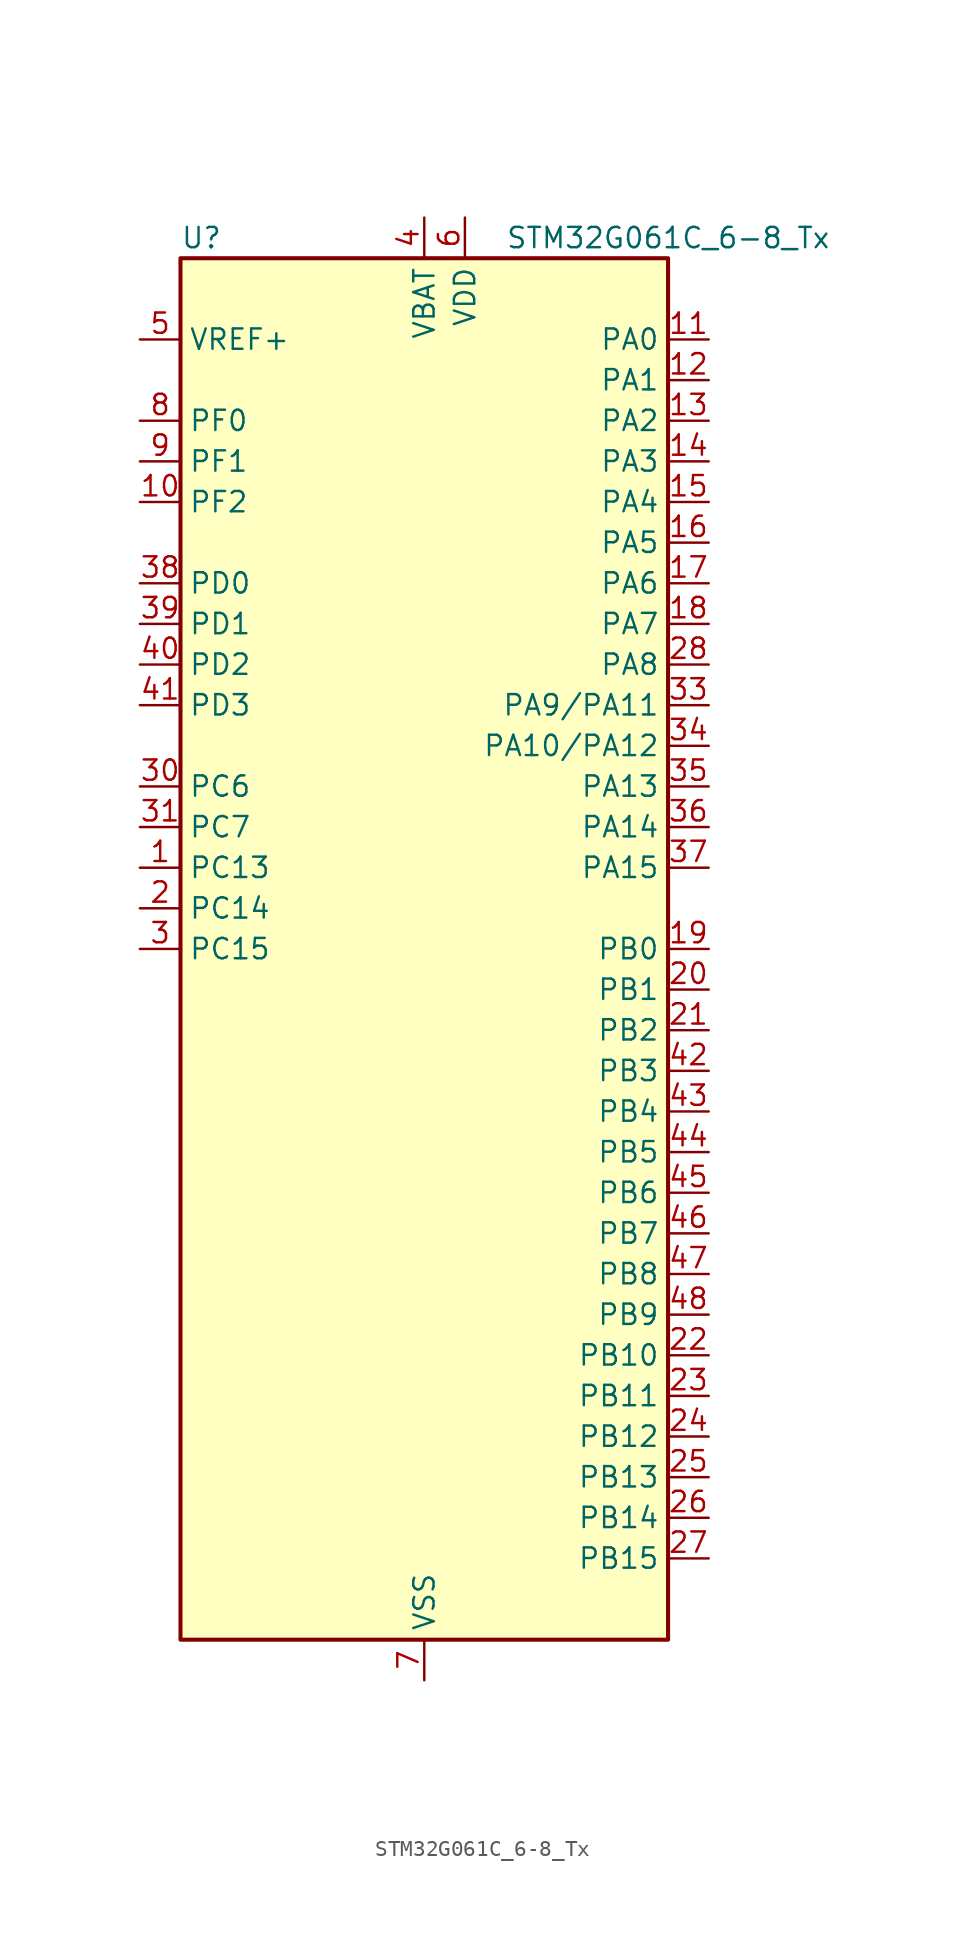
<source format=kicad_sym>
(kicad_symbol_lib
  (version 20231120)
  (generator "kicad-library-utils")
  (generator_version "8.0")
  (symbol "STM32G061C_6-8_Tx"
    (property "Reference" "U"
      (at -15.24 44.45 0)
      (effects (font (size 1.27 1.27)) (justify left)))
    (property "Value" "STM32G061C_6-8_Tx"
      (at 5.08 44.45 0)
      (effects (font (size 1.27 1.27)) (justify left)))
    (symbol "STM32G061C_6-8_Tx_0_1"
      (rectangle (start -15.24 -43.18) (end 15.24 43.18) (stroke (width 0.254) (type default)) (fill (type background))))
    (symbol "STM32G061C_6-8_Tx_1_1"
      (pin bidirectional line (at -17.78 5.08 0) (length 2.54) (name "PC13" (effects (font (size 1.27 1.27)))) (number "1" (effects (font (size 1.27 1.27)))) (alternate "RTC_OUT1" bidirectional line) (alternate "RTC_TAMP_IN1" bidirectional line) (alternate "RTC_TS" bidirectional line) (alternate "SYS_WKUP2" bidirectional line) (alternate "TIM1_BK" bidirectional line))
      (pin bidirectional line (at -17.78 27.94 0) (length 2.54) (name "PF2" (effects (font (size 1.27 1.27)))) (number "10" (effects (font (size 1.27 1.27)))) (alternate "RCC_MCO" bidirectional line))
      (pin bidirectional line (at 17.78 38.1 180) (length 2.54) (name "PA0" (effects (font (size 1.27 1.27)))) (number "11" (effects (font (size 1.27 1.27)))) (alternate "ADC1_IN0" bidirectional line) (alternate "COMP1_INM" bidirectional line) (alternate "COMP1_OUT" bidirectional line) (alternate "LPTIM1_OUT" bidirectional line) (alternate "RTC_TAMP_IN2" bidirectional line) (alternate "SPI2_SCK" bidirectional line) (alternate "SYS_WKUP1" bidirectional line) (alternate "TIM2_CH1" bidirectional line) (alternate "TIM2_ETR" bidirectional line) (alternate "USART2_CTS" bidirectional line) (alternate "USART2_NSS" bidirectional line))
      (pin bidirectional line (at 17.78 35.56 180) (length 2.54) (name "PA1" (effects (font (size 1.27 1.27)))) (number "12" (effects (font (size 1.27 1.27)))) (alternate "ADC1_IN1" bidirectional line) (alternate "COMP1_INP" bidirectional line) (alternate "I2C1_SMBA" bidirectional line) (alternate "I2S1_CK" bidirectional line) (alternate "SPI1_SCK" bidirectional line) (alternate "TIM15_CH1N" bidirectional line) (alternate "TIM2_CH2" bidirectional line) (alternate "USART2_CK" bidirectional line) (alternate "USART2_DE" bidirectional line) (alternate "USART2_RTS" bidirectional line))
      (pin bidirectional line (at 17.78 33.02 180) (length 2.54) (name "PA2" (effects (font (size 1.27 1.27)))) (number "13" (effects (font (size 1.27 1.27)))) (alternate "ADC1_IN2" bidirectional line) (alternate "COMP2_INM" bidirectional line) (alternate "COMP2_OUT" bidirectional line) (alternate "I2S1_SD" bidirectional line) (alternate "LPUART1_TX" bidirectional line) (alternate "RCC_LSCO" bidirectional line) (alternate "SPI1_MOSI" bidirectional line) (alternate "SYS_WKUP4" bidirectional line) (alternate "TIM15_CH1" bidirectional line) (alternate "TIM2_CH3" bidirectional line) (alternate "USART2_TX" bidirectional line))
      (pin bidirectional line (at 17.78 30.48 180) (length 2.54) (name "PA3" (effects (font (size 1.27 1.27)))) (number "14" (effects (font (size 1.27 1.27)))) (alternate "ADC1_IN3" bidirectional line) (alternate "COMP2_INP" bidirectional line) (alternate "LPUART1_RX" bidirectional line) (alternate "SPI2_MISO" bidirectional line) (alternate "TIM15_CH2" bidirectional line) (alternate "TIM2_CH4" bidirectional line) (alternate "USART2_RX" bidirectional line))
      (pin bidirectional line (at 17.78 27.94 180) (length 2.54) (name "PA4" (effects (font (size 1.27 1.27)))) (number "15" (effects (font (size 1.27 1.27)))) (alternate "ADC1_IN4" bidirectional line) (alternate "DAC1_OUT1" bidirectional line) (alternate "I2S1_WS" bidirectional line) (alternate "LPTIM2_OUT" bidirectional line) (alternate "RTC_OUT2" bidirectional line) (alternate "SPI1_NSS" bidirectional line) (alternate "SPI2_MOSI" bidirectional line) (alternate "TIM14_CH1" bidirectional line))
      (pin bidirectional line (at 17.78 25.4 180) (length 2.54) (name "PA5" (effects (font (size 1.27 1.27)))) (number "16" (effects (font (size 1.27 1.27)))) (alternate "ADC1_IN5" bidirectional line) (alternate "DAC1_OUT2" bidirectional line) (alternate "I2S1_CK" bidirectional line) (alternate "LPTIM2_ETR" bidirectional line) (alternate "SPI1_SCK" bidirectional line) (alternate "TIM2_CH1" bidirectional line) (alternate "TIM2_ETR" bidirectional line))
      (pin bidirectional line (at 17.78 22.86 180) (length 2.54) (name "PA6" (effects (font (size 1.27 1.27)))) (number "17" (effects (font (size 1.27 1.27)))) (alternate "ADC1_IN6" bidirectional line) (alternate "COMP1_OUT" bidirectional line) (alternate "I2S1_MCK" bidirectional line) (alternate "LPUART1_CTS" bidirectional line) (alternate "SPI1_MISO" bidirectional line) (alternate "TIM16_CH1" bidirectional line) (alternate "TIM1_BK" bidirectional line) (alternate "TIM3_CH1" bidirectional line))
      (pin bidirectional line (at 17.78 20.32 180) (length 2.54) (name "PA7" (effects (font (size 1.27 1.27)))) (number "18" (effects (font (size 1.27 1.27)))) (alternate "ADC1_IN7" bidirectional line) (alternate "COMP2_OUT" bidirectional line) (alternate "I2S1_SD" bidirectional line) (alternate "SPI1_MOSI" bidirectional line) (alternate "TIM14_CH1" bidirectional line) (alternate "TIM17_CH1" bidirectional line) (alternate "TIM1_CH1N" bidirectional line) (alternate "TIM3_CH2" bidirectional line))
      (pin bidirectional line (at 17.78 0 180) (length 2.54) (name "PB0" (effects (font (size 1.27 1.27)))) (number "19" (effects (font (size 1.27 1.27)))) (alternate "ADC1_IN8" bidirectional line) (alternate "COMP1_OUT" bidirectional line) (alternate "I2S1_WS" bidirectional line) (alternate "LPTIM1_OUT" bidirectional line) (alternate "SPI1_NSS" bidirectional line) (alternate "TIM1_CH2N" bidirectional line) (alternate "TIM3_CH3" bidirectional line))
      (pin bidirectional line (at -17.78 2.54 0) (length 2.54) (name "PC14" (effects (font (size 1.27 1.27)))) (number "2" (effects (font (size 1.27 1.27)))) (alternate "RCC_OSC32_IN" bidirectional line) (alternate "TIM1_BK2" bidirectional line))
      (pin bidirectional line (at 17.78 -2.54 180) (length 2.54) (name "PB1" (effects (font (size 1.27 1.27)))) (number "20" (effects (font (size 1.27 1.27)))) (alternate "ADC1_IN9" bidirectional line) (alternate "COMP1_INM" bidirectional line) (alternate "LPTIM2_IN1" bidirectional line) (alternate "LPUART1_DE" bidirectional line) (alternate "LPUART1_RTS" bidirectional line) (alternate "TIM14_CH1" bidirectional line) (alternate "TIM1_CH3N" bidirectional line) (alternate "TIM3_CH4" bidirectional line))
      (pin bidirectional line (at 17.78 -5.08 180) (length 2.54) (name "PB2" (effects (font (size 1.27 1.27)))) (number "21" (effects (font (size 1.27 1.27)))) (alternate "ADC1_IN10" bidirectional line) (alternate "COMP1_INP" bidirectional line) (alternate "LPTIM1_OUT" bidirectional line) (alternate "SPI2_MISO" bidirectional line))
      (pin bidirectional line (at 17.78 -25.4 180) (length 2.54) (name "PB10" (effects (font (size 1.27 1.27)))) (number "22" (effects (font (size 1.27 1.27)))) (alternate "ADC1_IN11" bidirectional line) (alternate "COMP1_OUT" bidirectional line) (alternate "I2C2_SCL" bidirectional line) (alternate "LPUART1_RX" bidirectional line) (alternate "SPI2_SCK" bidirectional line) (alternate "TIM2_CH3" bidirectional line))
      (pin bidirectional line (at 17.78 -27.94 180) (length 2.54) (name "PB11" (effects (font (size 1.27 1.27)))) (number "23" (effects (font (size 1.27 1.27)))) (alternate "ADC1_EXTI11" bidirectional line) (alternate "ADC1_IN15" bidirectional line) (alternate "COMP2_OUT" bidirectional line) (alternate "I2C2_SDA" bidirectional line) (alternate "LPUART1_TX" bidirectional line) (alternate "SPI2_MOSI" bidirectional line) (alternate "TIM2_CH4" bidirectional line))
      (pin bidirectional line (at 17.78 -30.48 180) (length 2.54) (name "PB12" (effects (font (size 1.27 1.27)))) (number "24" (effects (font (size 1.27 1.27)))) (alternate "ADC1_IN16" bidirectional line) (alternate "LPUART1_DE" bidirectional line) (alternate "LPUART1_RTS" bidirectional line) (alternate "SPI2_NSS" bidirectional line) (alternate "TIM15_BK" bidirectional line) (alternate "TIM1_BK" bidirectional line))
      (pin bidirectional line (at 17.78 -33.02 180) (length 2.54) (name "PB13" (effects (font (size 1.27 1.27)))) (number "25" (effects (font (size 1.27 1.27)))) (alternate "I2C2_SCL" bidirectional line) (alternate "LPUART1_CTS" bidirectional line) (alternate "SPI2_SCK" bidirectional line) (alternate "TIM15_CH1N" bidirectional line) (alternate "TIM1_CH1N" bidirectional line))
      (pin bidirectional line (at 17.78 -35.56 180) (length 2.54) (name "PB14" (effects (font (size 1.27 1.27)))) (number "26" (effects (font (size 1.27 1.27)))) (alternate "I2C2_SDA" bidirectional line) (alternate "SPI2_MISO" bidirectional line) (alternate "TIM15_CH1" bidirectional line) (alternate "TIM1_CH2N" bidirectional line))
      (pin bidirectional line (at 17.78 -38.1 180) (length 2.54) (name "PB15" (effects (font (size 1.27 1.27)))) (number "27" (effects (font (size 1.27 1.27)))) (alternate "RTC_REFIN" bidirectional line) (alternate "SPI2_MOSI" bidirectional line) (alternate "TIM15_CH1N" bidirectional line) (alternate "TIM15_CH2" bidirectional line) (alternate "TIM1_CH3N" bidirectional line))
      (pin bidirectional line (at 17.78 17.78 180) (length 2.54) (name "PA8" (effects (font (size 1.27 1.27)))) (number "28" (effects (font (size 1.27 1.27)))) (alternate "LPTIM2_OUT" bidirectional line) (alternate "RCC_MCO" bidirectional line) (alternate "SPI2_NSS" bidirectional line) (alternate "TIM1_CH1" bidirectional line))
      (pin no_connect line (at -15.24 -43.18 0) (length 2.54) hide (name "NC/PA9" (effects (font (size 1.27 1.27)))) (number "29" (effects (font (size 1.27 1.27)))) (alternate "NC" bidirectional line) (alternate "PA9" bidirectional line) (alternate "DAC1_EXTI9 (PA9)" bidirectional line) (alternate "I2C1_SCL (PA9)" bidirectional line) (alternate "RCC_MCO (PA9)" bidirectional line) (alternate "SPI2_MISO (PA9)" bidirectional line) (alternate "TIM15_BK (PA9)" bidirectional line) (alternate "TIM1_CH2 (PA9)" bidirectional line) (alternate "USART1_TX (PA9)" bidirectional line))
      (pin bidirectional line (at -17.78 0 0) (length 2.54) (name "PC15" (effects (font (size 1.27 1.27)))) (number "3" (effects (font (size 1.27 1.27)))) (alternate "RCC_OSC32_EN" bidirectional line) (alternate "RCC_OSC32_OUT" bidirectional line) (alternate "RCC_OSC_EN" bidirectional line) (alternate "TIM15_BK" bidirectional line))
      (pin bidirectional line (at -17.78 10.16 0) (length 2.54) (name "PC6" (effects (font (size 1.27 1.27)))) (number "30" (effects (font (size 1.27 1.27)))) (alternate "TIM2_CH3" bidirectional line) (alternate "TIM3_CH1" bidirectional line))
      (pin bidirectional line (at -17.78 7.62 0) (length 2.54) (name "PC7" (effects (font (size 1.27 1.27)))) (number "31" (effects (font (size 1.27 1.27)))) (alternate "TIM2_CH4" bidirectional line) (alternate "TIM3_CH2" bidirectional line))
      (pin no_connect line (at -15.24 -40.64 0) (length 2.54) hide (name "NC/PA10" (effects (font (size 1.27 1.27)))) (number "32" (effects (font (size 1.27 1.27)))) (alternate "NC" bidirectional line) (alternate "PA10" bidirectional line) (alternate "I2C1_SDA (PA10)" bidirectional line) (alternate "SPI2_MOSI (PA10)" bidirectional line) (alternate "TIM17_BK (PA10)" bidirectional line) (alternate "TIM1_CH3 (PA10)" bidirectional line) (alternate "USART1_RX (PA10)" bidirectional line))
      (pin bidirectional line (at 17.78 15.24 180) (length 2.54) (name "PA9/PA11" (effects (font (size 1.27 1.27)))) (number "33" (effects (font (size 1.27 1.27)))) (alternate "PA9" bidirectional line) (alternate "DAC1_EXTI9 (PA9)" bidirectional line) (alternate "I2C1_SCL (PA9)" bidirectional line) (alternate "RCC_MCO (PA9)" bidirectional line) (alternate "SPI2_MISO (PA9)" bidirectional line) (alternate "TIM15_BK (PA9)" bidirectional line) (alternate "TIM1_CH2 (PA9)" bidirectional line) (alternate "USART1_TX (PA9)" bidirectional line) (alternate "PA11" bidirectional line) (alternate "ADC1_EXTI11 (PA11)" bidirectional line) (alternate "COMP1_OUT (PA11)" bidirectional line) (alternate "I2C2_SCL (PA11)" bidirectional line) (alternate "I2S1_MCK (PA11)" bidirectional line) (alternate "SPI1_MISO (PA11)" bidirectional line) (alternate "TIM1_BK2 (PA11)" bidirectional line) (alternate "TIM1_CH4 (PA11)" bidirectional line) (alternate "USART1_CTS (PA11)" bidirectional line) (alternate "USART1_NSS (PA11)" bidirectional line))
      (pin bidirectional line (at 17.78 12.7 180) (length 2.54) (name "PA10/PA12" (effects (font (size 1.27 1.27)))) (number "34" (effects (font (size 1.27 1.27)))) (alternate "PA10" bidirectional line) (alternate "I2C1_SDA (PA10)" bidirectional line) (alternate "SPI2_MOSI (PA10)" bidirectional line) (alternate "TIM17_BK (PA10)" bidirectional line) (alternate "TIM1_CH3 (PA10)" bidirectional line) (alternate "USART1_RX (PA10)" bidirectional line) (alternate "PA12" bidirectional line) (alternate "COMP2_OUT (PA12)" bidirectional line) (alternate "I2C2_SDA (PA12)" bidirectional line) (alternate "I2S1_SD (PA12)" bidirectional line) (alternate "I2S_CKIN (PA12)" bidirectional line) (alternate "SPI1_MOSI (PA12)" bidirectional line) (alternate "TIM1_ETR (PA12)" bidirectional line) (alternate "USART1_CK (PA12)" bidirectional line) (alternate "USART1_DE (PA12)" bidirectional line) (alternate "USART1_RTS (PA12)" bidirectional line))
      (pin bidirectional line (at 17.78 10.16 180) (length 2.54) (name "PA13" (effects (font (size 1.27 1.27)))) (number "35" (effects (font (size 1.27 1.27)))) (alternate "ADC1_IN17" bidirectional line) (alternate "IR_OUT" bidirectional line) (alternate "SYS_SWDIO" bidirectional line))
      (pin bidirectional line (at 17.78 7.62 180) (length 2.54) (name "PA14" (effects (font (size 1.27 1.27)))) (number "36" (effects (font (size 1.27 1.27)))) (alternate "ADC1_IN18" bidirectional line) (alternate "SYS_SWCLK" bidirectional line) (alternate "USART2_TX" bidirectional line))
      (pin bidirectional line (at 17.78 5.08 180) (length 2.54) (name "PA15" (effects (font (size 1.27 1.27)))) (number "37" (effects (font (size 1.27 1.27)))) (alternate "I2S1_WS" bidirectional line) (alternate "SPI1_NSS" bidirectional line) (alternate "TIM2_CH1" bidirectional line) (alternate "TIM2_ETR" bidirectional line) (alternate "USART2_RX" bidirectional line))
      (pin bidirectional line (at -17.78 22.86 0) (length 2.54) (name "PD0" (effects (font (size 1.27 1.27)))) (number "38" (effects (font (size 1.27 1.27)))) (alternate "SPI2_NSS" bidirectional line) (alternate "TIM16_CH1" bidirectional line))
      (pin bidirectional line (at -17.78 20.32 0) (length 2.54) (name "PD1" (effects (font (size 1.27 1.27)))) (number "39" (effects (font (size 1.27 1.27)))) (alternate "SPI2_SCK" bidirectional line) (alternate "TIM17_CH1" bidirectional line))
      (pin power_in line (at 0 45.72 270) (length 2.54) (name "VBAT" (effects (font (size 1.27 1.27)))) (number "4" (effects (font (size 1.27 1.27)))))
      (pin bidirectional line (at -17.78 17.78 0) (length 2.54) (name "PD2" (effects (font (size 1.27 1.27)))) (number "40" (effects (font (size 1.27 1.27)))) (alternate "TIM1_CH1N" bidirectional line) (alternate "TIM3_ETR" bidirectional line))
      (pin bidirectional line (at -17.78 15.24 0) (length 2.54) (name "PD3" (effects (font (size 1.27 1.27)))) (number "41" (effects (font (size 1.27 1.27)))) (alternate "SPI2_MISO" bidirectional line) (alternate "TIM1_CH2N" bidirectional line) (alternate "USART2_CTS" bidirectional line) (alternate "USART2_NSS" bidirectional line))
      (pin bidirectional line (at 17.78 -7.62 180) (length 2.54) (name "PB3" (effects (font (size 1.27 1.27)))) (number "42" (effects (font (size 1.27 1.27)))) (alternate "COMP2_INM" bidirectional line) (alternate "I2S1_CK" bidirectional line) (alternate "SPI1_SCK" bidirectional line) (alternate "TIM1_CH2" bidirectional line) (alternate "TIM2_CH2" bidirectional line) (alternate "USART1_CK" bidirectional line) (alternate "USART1_DE" bidirectional line) (alternate "USART1_RTS" bidirectional line))
      (pin bidirectional line (at 17.78 -10.16 180) (length 2.54) (name "PB4" (effects (font (size 1.27 1.27)))) (number "43" (effects (font (size 1.27 1.27)))) (alternate "COMP2_INP" bidirectional line) (alternate "I2S1_MCK" bidirectional line) (alternate "SPI1_MISO" bidirectional line) (alternate "TIM17_BK" bidirectional line) (alternate "TIM3_CH1" bidirectional line) (alternate "USART1_CTS" bidirectional line) (alternate "USART1_NSS" bidirectional line))
      (pin bidirectional line (at 17.78 -12.7 180) (length 2.54) (name "PB5" (effects (font (size 1.27 1.27)))) (number "44" (effects (font (size 1.27 1.27)))) (alternate "COMP2_OUT" bidirectional line) (alternate "I2C1_SMBA" bidirectional line) (alternate "I2S1_SD" bidirectional line) (alternate "LPTIM1_IN1" bidirectional line) (alternate "SPI1_MOSI" bidirectional line) (alternate "SYS_WKUP6" bidirectional line) (alternate "TIM16_BK" bidirectional line) (alternate "TIM3_CH2" bidirectional line))
      (pin bidirectional line (at 17.78 -15.24 180) (length 2.54) (name "PB6" (effects (font (size 1.27 1.27)))) (number "45" (effects (font (size 1.27 1.27)))) (alternate "COMP2_INP" bidirectional line) (alternate "I2C1_SCL" bidirectional line) (alternate "LPTIM1_ETR" bidirectional line) (alternate "SPI2_MISO" bidirectional line) (alternate "TIM16_CH1N" bidirectional line) (alternate "TIM1_CH3" bidirectional line) (alternate "USART1_TX" bidirectional line))
      (pin bidirectional line (at 17.78 -17.78 180) (length 2.54) (name "PB7" (effects (font (size 1.27 1.27)))) (number "46" (effects (font (size 1.27 1.27)))) (alternate "COMP2_INM" bidirectional line) (alternate "I2C1_SDA" bidirectional line) (alternate "LPTIM1_IN2" bidirectional line) (alternate "SPI2_MOSI" bidirectional line) (alternate "SYS_PVD_IN" bidirectional line) (alternate "TIM17_CH1N" bidirectional line) (alternate "USART1_RX" bidirectional line))
      (pin bidirectional line (at 17.78 -20.32 180) (length 2.54) (name "PB8" (effects (font (size 1.27 1.27)))) (number "47" (effects (font (size 1.27 1.27)))) (alternate "I2C1_SCL" bidirectional line) (alternate "SPI2_SCK" bidirectional line) (alternate "TIM15_BK" bidirectional line) (alternate "TIM16_CH1" bidirectional line))
      (pin bidirectional line (at 17.78 -22.86 180) (length 2.54) (name "PB9" (effects (font (size 1.27 1.27)))) (number "48" (effects (font (size 1.27 1.27)))) (alternate "DAC1_EXTI9" bidirectional line) (alternate "I2C1_SDA" bidirectional line) (alternate "IR_OUT" bidirectional line) (alternate "SPI2_NSS" bidirectional line) (alternate "TIM17_CH1" bidirectional line))
      (pin input line (at -17.78 38.1 0) (length 2.54) (name "VREF+" (effects (font (size 1.27 1.27)))) (number "5" (effects (font (size 1.27 1.27)))) (alternate "VREFBUF_OUT" bidirectional line))
      (pin power_in line (at 2.54 45.72 270) (length 2.54) (name "VDD" (effects (font (size 1.27 1.27)))) (number "6" (effects (font (size 1.27 1.27)))))
      (pin power_in line (at 0 -45.72 90) (length 2.54) (name "VSS" (effects (font (size 1.27 1.27)))) (number "7" (effects (font (size 1.27 1.27)))))
      (pin bidirectional line (at -17.78 33.02 0) (length 2.54) (name "PF0" (effects (font (size 1.27 1.27)))) (number "8" (effects (font (size 1.27 1.27)))) (alternate "RCC_OSC_IN" bidirectional line) (alternate "TIM14_CH1" bidirectional line))
      (pin bidirectional line (at -17.78 30.48 0) (length 2.54) (name "PF1" (effects (font (size 1.27 1.27)))) (number "9" (effects (font (size 1.27 1.27)))) (alternate "RCC_OSC_EN" bidirectional line) (alternate "RCC_OSC_OUT" bidirectional line) (alternate "TIM15_CH1N" bidirectional line)))))
</source>
